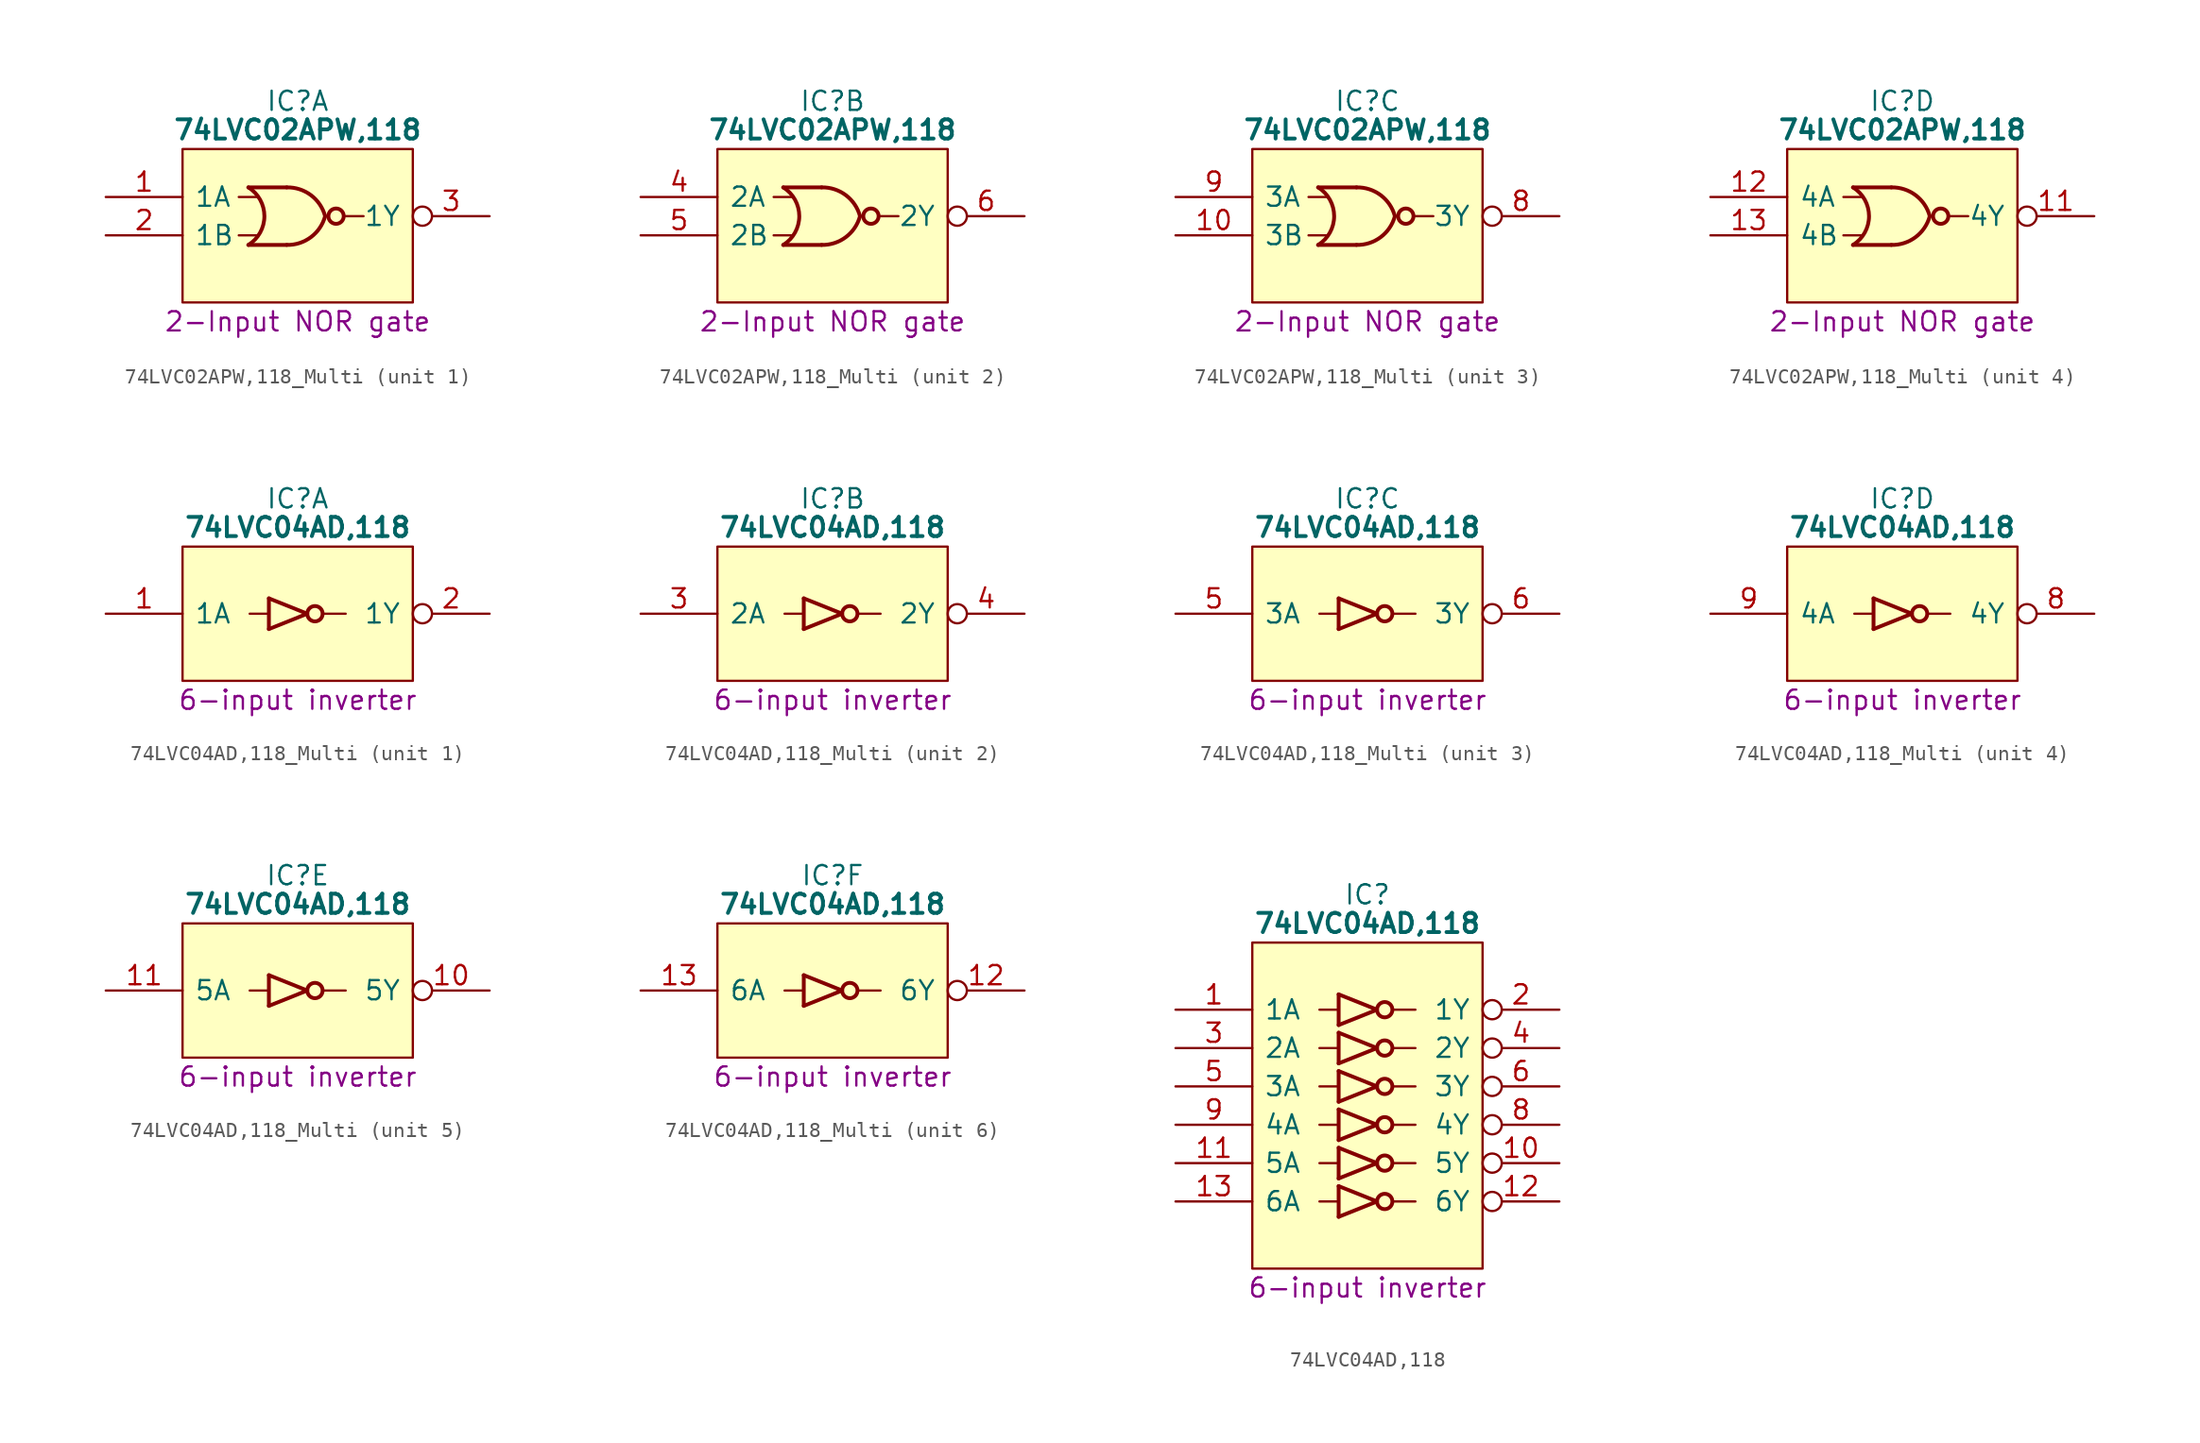
<source format=kicad_sym>
(kicad_symbol_lib
  (version 20231120)
  (generator "kicad_symbol_editor")
  (generator_version "8.0")
  (symbol "74LVC02APW,118_Multi"
    (pin_names
      (offset 0.762))
    (property "Reference" "IC"
      (at 12.7 6.35 0)
      (effects (font (size 1.27 1.27))))
    (property "Value" "74LVC02APW,118"
      (at 12.7 4.445 0)
      (effects (font (size 1.27 1.27) (bold yes))))
    (property "Description" "2-Input NOR gate"
      (at 12.7 -8.255 0)
      (effects (font (size 1.27 1.27))))
    (symbol "74LVC02APW,118_Multi_0_0"
      (pin passive line (at 25.4 1.27 180) (length 5.08) hide (name "3V" (effects (font (size 1.27 1.27)))) (number "14" (effects (font (size 1.27 1.27)))))
      (pin passive line (at 0 -5.08 0) (length 5.08) hide (name "GND" (effects (font (size 1.27 1.27)))) (number "7" (effects (font (size 1.27 1.27))))))
    (symbol "74LVC02APW,118_Multi_0_1"
      (polyline (pts (xy 8.802 -2.54) (xy 10.072 -2.54)) (stroke (width 0) (type default)) (fill (type none)))
      (polyline (pts (xy 8.802 0) (xy 10.072 0)) (stroke (width 0) (type default)) (fill (type none)))
      (polyline (pts (xy 11.977 -3.175) (xy 9.437 -3.175)) (stroke (width 0.254) (type default)) (fill (type background)))
      (polyline (pts (xy 11.977 0.635) (xy 9.437 0.635)) (stroke (width 0.254) (type default)) (fill (type background)))
      (polyline (pts (xy 15.875 -1.27) (xy 17.057 -1.27)) (stroke (width 0) (type default)) (fill (type none)))
      (polyline (pts (xy 5.08 3.175) (xy 20.32 3.175) (xy 20.32 -6.985) (xy 5.08 -6.985) (xy 5.08 3.175)) (stroke (width 0.152) (type default)) (fill (type background)))
      (arc (start 9.437 -3.175) (mid 10.4969 -1.27) (end 9.437 0.635) (stroke (width 0.254) (type default)) (fill (type none)))
      (arc (start 11.977 -3.175) (mid 13.5753 -2.6602) (end 14.517 -1.27) (stroke (width 0.254) (type default)) (fill (type none)))
      (arc (start 14.517 -1.27) (mid 13.5761 0.1213) (end 11.977 0.635) (stroke (width 0.254) (type default)) (fill (type none)))
      (circle (center 15.24 -1.27) (radius 0.508) (stroke (width 0.254) (type default)) (fill (type none))))
    (symbol "74LVC02APW,118_Multi_1_0"
      (pin input line (at 0 0 0) (length 5.08) (name "1A" (effects (font (size 1.27 1.27)))) (number "1" (effects (font (size 1.27 1.27)))))
      (pin input line (at 0 -2.54 0) (length 5.08) (name "1B" (effects (font (size 1.27 1.27)))) (number "2" (effects (font (size 1.27 1.27)))))
      (pin output inverted (at 25.4 -1.27 180) (length 5.08) (name "1Y" (effects (font (size 1.27 1.27)))) (number "3" (effects (font (size 1.27 1.27))))))
    (symbol "74LVC02APW,118_Multi_2_0"
      (pin input line (at 0 0 0) (length 5.08) (name "2A" (effects (font (size 1.27 1.27)))) (number "4" (effects (font (size 1.27 1.27)))))
      (pin input line (at 0 -2.54 0) (length 5.08) (name "2B" (effects (font (size 1.27 1.27)))) (number "5" (effects (font (size 1.27 1.27)))))
      (pin output inverted (at 25.4 -1.27 180) (length 5.08) (name "2Y" (effects (font (size 1.27 1.27)))) (number "6" (effects (font (size 1.27 1.27))))))
    (symbol "74LVC02APW,118_Multi_3_0"
      (pin input line (at 0 -2.54 0) (length 5.08) (name "3B" (effects (font (size 1.27 1.27)))) (number "10" (effects (font (size 1.27 1.27)))))
      (pin output inverted (at 25.4 -1.27 180) (length 5.08) (name "3Y" (effects (font (size 1.27 1.27)))) (number "8" (effects (font (size 1.27 1.27)))))
      (pin input line (at 0 0 0) (length 5.08) (name "3A" (effects (font (size 1.27 1.27)))) (number "9" (effects (font (size 1.27 1.27))))))
    (symbol "74LVC02APW,118_Multi_4_0"
      (pin output inverted (at 25.4 -1.27 180) (length 5.08) (name "4Y" (effects (font (size 1.27 1.27)))) (number "11" (effects (font (size 1.27 1.27)))))
      (pin input line (at 0 0 0) (length 5.08) (name "4A" (effects (font (size 1.27 1.27)))) (number "12" (effects (font (size 1.27 1.27)))))
      (pin input line (at 0 -2.54 0) (length 5.08) (name "4B" (effects (font (size 1.27 1.27)))) (number "13" (effects (font (size 1.27 1.27)))))))
  (symbol "74LVC04AD,118_Multi"
    (pin_names
      (offset 0.762))
    (property "Reference" "IC"
      (at 12.7 7.62 0)
      (effects (font (size 1.27 1.27))))
    (property "Value" "74LVC04AD,118"
      (at 12.7 5.715 0)
      (effects (font (size 1.27 1.27) (bold yes))))
    (property "Description" "6-input inverter"
      (at 12.7 -5.715 0)
      (effects (font (size 1.27 1.27))))
    (symbol "74LVC04AD,118_Multi_0_0"
      (pin passive line (at 25.4 2.54 180) (length 5.08) hide (name "3V" (effects (font (size 1.27 1.27)))) (number "14" (effects (font (size 1.27 1.27)))))
      (pin passive line (at 0 -2.54 0) (length 5.08) hide (name "GND" (effects (font (size 1.27 1.27)))) (number "7" (effects (font (size 1.27 1.27))))))
    (symbol "74LVC04AD,118_Multi_0_1"
      (polyline (pts (xy 9.525 0) (xy 10.795 0)) (stroke (width 0) (type default)) (fill (type none)))
      (polyline (pts (xy 14.351 0) (xy 15.875 0)) (stroke (width 0) (type default)) (fill (type none)))
      (polyline (pts (xy 10.795 -1.016) (xy 13.335 0) (xy 10.795 1.016)) (stroke (width 0.254) (type default)) (fill (type none)))
      (polyline (pts (xy 5.08 4.445) (xy 20.32 4.445) (xy 20.32 -4.445) (xy 5.08 -4.445) (xy 5.08 4.445)) (stroke (width 0.152) (type default)) (fill (type background)))
      (rectangle (start 10.795 1.016) (end 10.795 -1.016) (stroke (width 0.254) (type default)) (fill (type background)))
      (circle (center 13.843 0) (radius 0.508) (stroke (width 0.254) (type default)) (fill (type none))))
    (symbol "74LVC04AD,118_Multi_1_0"
      (pin input line (at 0 0 0) (length 5.08) (name "1A" (effects (font (size 1.27 1.27)))) (number "1" (effects (font (size 1.27 1.27)))))
      (pin output inverted (at 25.4 0 180) (length 5.08) (name "1Y" (effects (font (size 1.27 1.27)))) (number "2" (effects (font (size 1.27 1.27))))))
    (symbol "74LVC04AD,118_Multi_2_0"
      (pin input line (at 0 0 0) (length 5.08) (name "2A" (effects (font (size 1.27 1.27)))) (number "3" (effects (font (size 1.27 1.27)))))
      (pin output inverted (at 25.4 0 180) (length 5.08) (name "2Y" (effects (font (size 1.27 1.27)))) (number "4" (effects (font (size 1.27 1.27))))))
    (symbol "74LVC04AD,118_Multi_3_0"
      (pin input line (at 0 0 0) (length 5.08) (name "3A" (effects (font (size 1.27 1.27)))) (number "5" (effects (font (size 1.27 1.27)))))
      (pin output inverted (at 25.4 0 180) (length 5.08) (name "3Y" (effects (font (size 1.27 1.27)))) (number "6" (effects (font (size 1.27 1.27))))))
    (symbol "74LVC04AD,118_Multi_4_0"
      (pin output inverted (at 25.4 0 180) (length 5.08) (name "4Y" (effects (font (size 1.27 1.27)))) (number "8" (effects (font (size 1.27 1.27)))))
      (pin input line (at 0 0 0) (length 5.08) (name "4A" (effects (font (size 1.27 1.27)))) (number "9" (effects (font (size 1.27 1.27))))))
    (symbol "74LVC04AD,118_Multi_5_0"
      (pin output inverted (at 25.4 0 180) (length 5.08) (name "5Y" (effects (font (size 1.27 1.27)))) (number "10" (effects (font (size 1.27 1.27)))))
      (pin input line (at 0 0 0) (length 5.08) (name "5A" (effects (font (size 1.27 1.27)))) (number "11" (effects (font (size 1.27 1.27))))))
    (symbol "74LVC04AD,118_Multi_6_0"
      (pin output inverted (at 25.4 0 180) (length 5.08) (name "6Y" (effects (font (size 1.27 1.27)))) (number "12" (effects (font (size 1.27 1.27)))))
      (pin input line (at 0 0 0) (length 5.08) (name "6A" (effects (font (size 1.27 1.27)))) (number "13" (effects (font (size 1.27 1.27)))))))
  (symbol "74LVC04AD,118"
    (pin_names
      (offset 0.762))
    (property "Reference" "IC"
      (at 12.7 7.62 0)
      (effects (font (size 1.27 1.27))))
    (property "Value" "74LVC04AD,118"
      (at 12.7 5.715 0)
      (effects (font (size 1.27 1.27) (bold yes))))
    (property "Description" "6-input inverter"
      (at 12.7 -18.415 0)
      (effects (font (size 1.27 1.27))))
    (symbol "74LVC04AD,118_0_0"
      (pin input line (at 0 0 0) (length 5.08) (name "1A" (effects (font (size 1.27 1.27)))) (number "1" (effects (font (size 1.27 1.27)))))
      (pin output inverted (at 25.4 -10.16 180) (length 5.08) (name "5Y" (effects (font (size 1.27 1.27)))) (number "10" (effects (font (size 1.27 1.27)))))
      (pin input line (at 0 -10.16 0) (length 5.08) (name "5A" (effects (font (size 1.27 1.27)))) (number "11" (effects (font (size 1.27 1.27)))))
      (pin output inverted (at 25.4 -12.7 180) (length 5.08) (name "6Y" (effects (font (size 1.27 1.27)))) (number "12" (effects (font (size 1.27 1.27)))))
      (pin input line (at 0 -12.7 0) (length 5.08) (name "6A" (effects (font (size 1.27 1.27)))) (number "13" (effects (font (size 1.27 1.27)))))
      (pin passive line (at 25.4 2.54 180) (length 5.08) hide (name "3V" (effects (font (size 1.27 1.27)))) (number "14" (effects (font (size 1.27 1.27)))))
      (pin output inverted (at 25.4 0 180) (length 5.08) (name "1Y" (effects (font (size 1.27 1.27)))) (number "2" (effects (font (size 1.27 1.27)))))
      (pin input line (at 0 -2.54 0) (length 5.08) (name "2A" (effects (font (size 1.27 1.27)))) (number "3" (effects (font (size 1.27 1.27)))))
      (pin output inverted (at 25.4 -2.54 180) (length 5.08) (name "2Y" (effects (font (size 1.27 1.27)))) (number "4" (effects (font (size 1.27 1.27)))))
      (pin input line (at 0 -5.08 0) (length 5.08) (name "3A" (effects (font (size 1.27 1.27)))) (number "5" (effects (font (size 1.27 1.27)))))
      (pin output inverted (at 25.4 -5.08 180) (length 5.08) (name "3Y" (effects (font (size 1.27 1.27)))) (number "6" (effects (font (size 1.27 1.27)))))
      (pin passive line (at 0 -15.24 0) (length 5.08) hide (name "GND" (effects (font (size 1.27 1.27)))) (number "7" (effects (font (size 1.27 1.27)))))
      (pin output inverted (at 25.4 -7.62 180) (length 5.08) (name "4Y" (effects (font (size 1.27 1.27)))) (number "8" (effects (font (size 1.27 1.27)))))
      (pin input line (at 0 -7.62 0) (length 5.08) (name "4A" (effects (font (size 1.27 1.27)))) (number "9" (effects (font (size 1.27 1.27))))))
    (symbol "74LVC04AD,118_0_1"
      (polyline (pts (xy 9.525 -12.7) (xy 10.795 -12.7)) (stroke (width 0) (type default)) (fill (type none)))
      (polyline (pts (xy 9.525 -10.16) (xy 10.795 -10.16)) (stroke (width 0) (type default)) (fill (type none)))
      (polyline (pts (xy 9.525 -7.62) (xy 10.795 -7.62)) (stroke (width 0) (type default)) (fill (type none)))
      (polyline (pts (xy 9.525 -5.08) (xy 10.795 -5.08)) (stroke (width 0) (type default)) (fill (type none)))
      (polyline (pts (xy 9.525 -2.54) (xy 10.795 -2.54)) (stroke (width 0) (type default)) (fill (type none)))
      (polyline (pts (xy 9.525 0) (xy 10.795 0)) (stroke (width 0) (type default)) (fill (type none)))
      (polyline (pts (xy 14.351 -12.7) (xy 15.875 -12.7)) (stroke (width 0) (type default)) (fill (type none)))
      (polyline (pts (xy 14.351 -10.16) (xy 15.875 -10.16)) (stroke (width 0) (type default)) (fill (type none)))
      (polyline (pts (xy 14.351 -7.62) (xy 15.875 -7.62)) (stroke (width 0) (type default)) (fill (type none)))
      (polyline (pts (xy 14.351 -5.08) (xy 15.875 -5.08)) (stroke (width 0) (type default)) (fill (type none)))
      (polyline (pts (xy 14.351 -2.54) (xy 15.875 -2.54)) (stroke (width 0) (type default)) (fill (type none)))
      (polyline (pts (xy 14.351 0) (xy 15.875 0)) (stroke (width 0) (type default)) (fill (type none)))
      (polyline (pts (xy 10.795 -13.716) (xy 13.335 -12.7) (xy 10.795 -11.684)) (stroke (width 0.254) (type default)) (fill (type none)))
      (polyline (pts (xy 10.795 -11.176) (xy 13.335 -10.16) (xy 10.795 -9.144)) (stroke (width 0.254) (type default)) (fill (type none)))
      (polyline (pts (xy 10.795 -8.636) (xy 13.335 -7.62) (xy 10.795 -6.604)) (stroke (width 0.254) (type default)) (fill (type none)))
      (polyline (pts (xy 10.795 -6.096) (xy 13.335 -5.08) (xy 10.795 -4.064)) (stroke (width 0.254) (type default)) (fill (type none)))
      (polyline (pts (xy 10.795 -3.556) (xy 13.335 -2.54) (xy 10.795 -1.524)) (stroke (width 0.254) (type default)) (fill (type none)))
      (polyline (pts (xy 10.795 -1.016) (xy 13.335 0) (xy 10.795 1.016)) (stroke (width 0.254) (type default)) (fill (type none)))
      (polyline (pts (xy 5.08 4.445) (xy 20.32 4.445) (xy 20.32 -17.145) (xy 5.08 -17.145) (xy 5.08 4.445)) (stroke (width 0.152) (type default)) (fill (type background)))
      (rectangle (start 10.795 -11.684) (end 10.795 -13.716) (stroke (width 0.254) (type default)) (fill (type background)))
      (rectangle (start 10.795 -9.144) (end 10.795 -11.176) (stroke (width 0.254) (type default)) (fill (type background)))
      (rectangle (start 10.795 -6.604) (end 10.795 -8.636) (stroke (width 0.254) (type default)) (fill (type background)))
      (rectangle (start 10.795 -4.064) (end 10.795 -6.096) (stroke (width 0.254) (type default)) (fill (type background)))
      (rectangle (start 10.795 -1.524) (end 10.795 -3.556) (stroke (width 0.254) (type default)) (fill (type background)))
      (rectangle (start 10.795 1.016) (end 10.795 -1.016) (stroke (width 0.254) (type default)) (fill (type background)))
      (circle (center 13.843 -12.7) (radius 0.508) (stroke (width 0.254) (type default)) (fill (type none)))
      (circle (center 13.843 -10.16) (radius 0.508) (stroke (width 0.254) (type default)) (fill (type none)))
      (circle (center 13.843 -7.62) (radius 0.508) (stroke (width 0.254) (type default)) (fill (type none)))
      (circle (center 13.843 -5.08) (radius 0.508) (stroke (width 0.254) (type default)) (fill (type none)))
      (circle (center 13.843 -2.54) (radius 0.508) (stroke (width 0.254) (type default)) (fill (type none)))
      (circle (center 13.843 0) (radius 0.508) (stroke (width 0.254) (type default)) (fill (type none))))))
</source>
